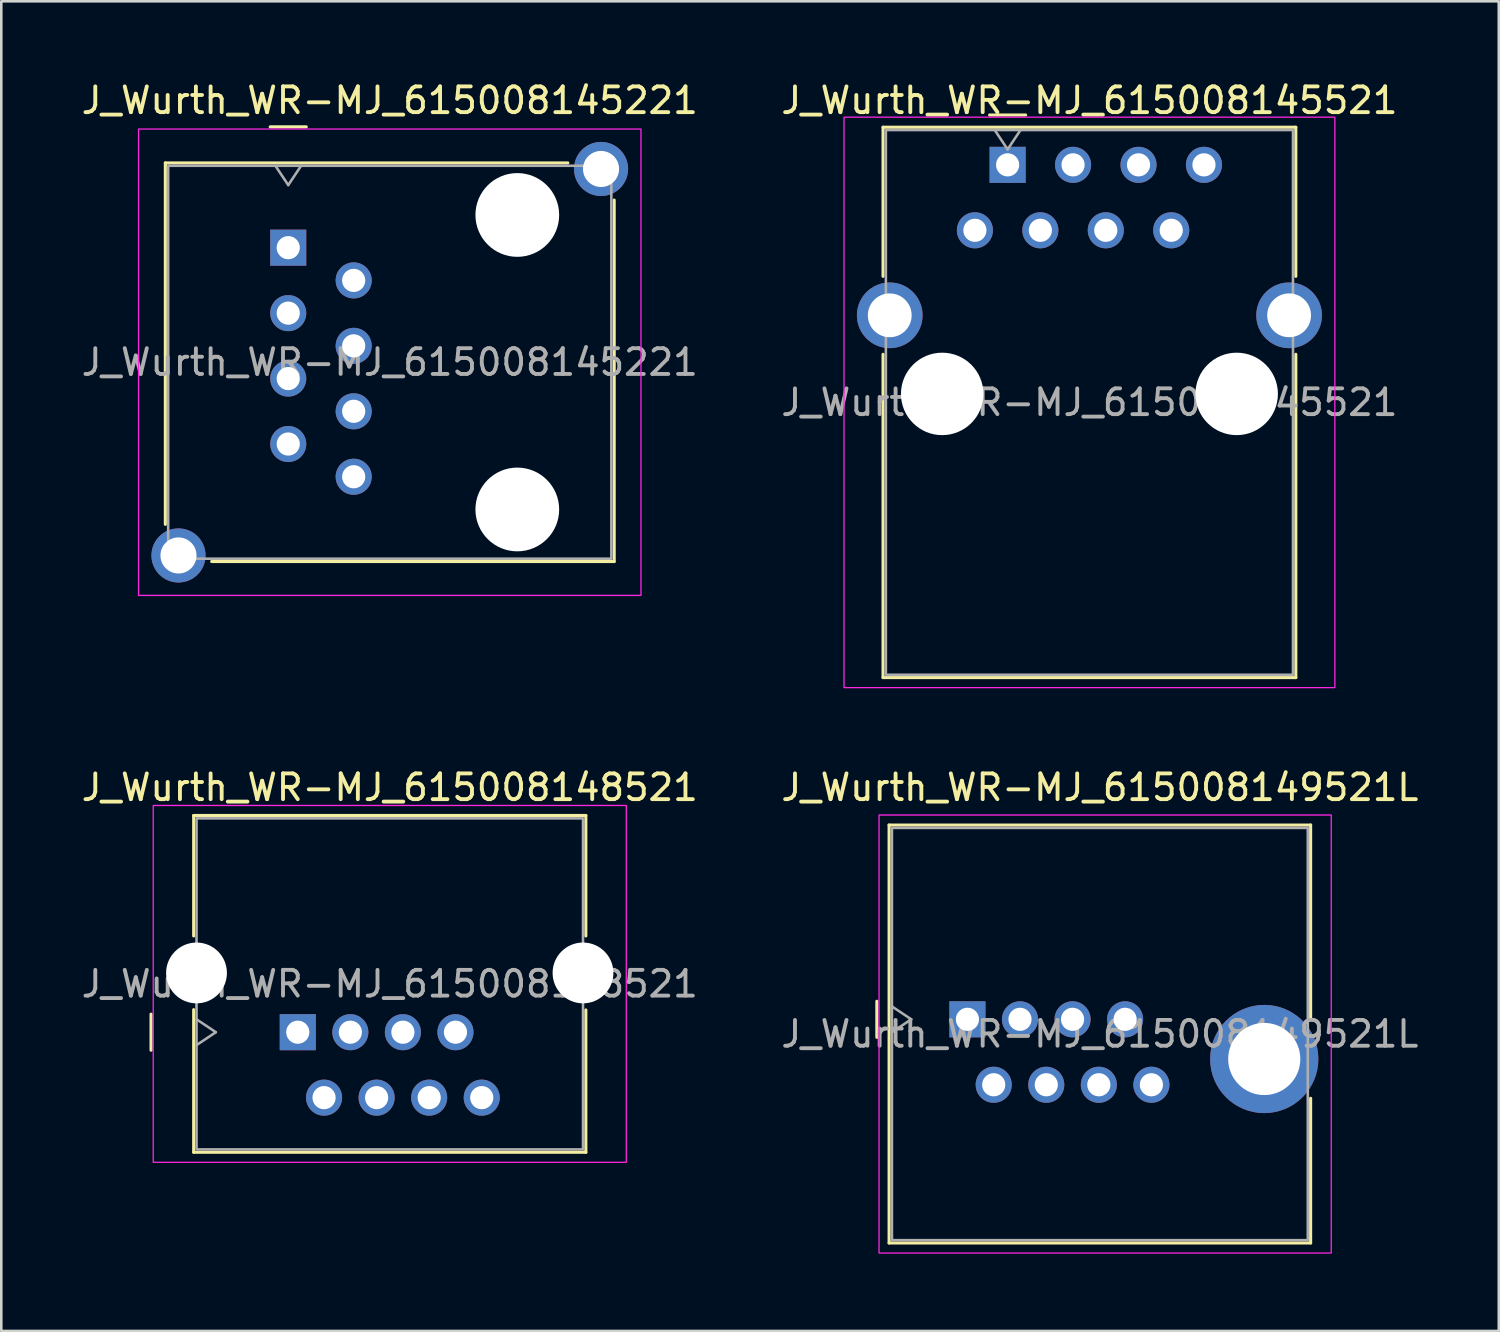
<source format=kicad_pcb>
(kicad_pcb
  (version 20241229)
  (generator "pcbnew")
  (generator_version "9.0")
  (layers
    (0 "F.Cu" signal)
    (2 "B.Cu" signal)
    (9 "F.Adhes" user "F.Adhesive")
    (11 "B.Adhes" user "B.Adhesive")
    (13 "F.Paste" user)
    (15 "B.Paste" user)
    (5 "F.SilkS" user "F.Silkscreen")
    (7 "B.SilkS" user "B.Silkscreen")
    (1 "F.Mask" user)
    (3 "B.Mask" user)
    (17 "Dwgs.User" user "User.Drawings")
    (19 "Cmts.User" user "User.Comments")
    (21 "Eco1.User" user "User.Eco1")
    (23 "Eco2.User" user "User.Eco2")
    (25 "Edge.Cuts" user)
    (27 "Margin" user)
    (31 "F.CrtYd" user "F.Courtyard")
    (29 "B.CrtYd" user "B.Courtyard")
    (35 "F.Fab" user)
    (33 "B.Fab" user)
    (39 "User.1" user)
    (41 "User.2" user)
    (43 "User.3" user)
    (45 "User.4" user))
  (footprint "J_Wurth_WR-MJ_615008149521L"
    (layer "F.Cu")
    (at 34.497 36.511)
    (property "Reference" "J_Wurth_WR-MJ_615008149521L" (at 5.14 -9 0) (unlocked yes) (layer "F.SilkS") (effects (font (size 1 1) (thickness 0.15))))
    (attr through_hole)
    (fp_line (start -3.515 -0.7) (end -3.515 0.7) (stroke (width 0.12) (type solid)) (layer "F.SilkS"))
    (fp_line (start -3.04 8.68) (end -3.04 -7.54) (stroke (width 0.12) (type solid)) (layer "F.SilkS"))
    (fp_line (start -3.04 8.68) (end 13.32 8.68) (stroke (width 0.12) (type solid)) (layer "F.SilkS"))
    (fp_line (start 13.32 -7.54) (end -3.04 -7.54) (stroke (width 0.12) (type solid)) (layer "F.SilkS"))
    (fp_line (start 13.32 0.014) (end 13.32 -7.54) (stroke (width 0.12) (type solid)) (layer "F.SilkS"))
    (fp_line (start 13.32 3.066) (end 13.32 8.68) (stroke (width 0.12) (type solid)) (layer "F.SilkS"))
    (fp_rect (start -3.43 -7.93) (end 14.12 9.07) (stroke (width 0.05) (type solid)) (fill no) (layer "F.CrtYd"))
    (fp_line (start -2.18 0) (end -2.93 -0.5) (stroke (width 0.1) (type solid)) (layer "F.Fab"))
    (fp_line (start -2.18 0) (end -2.93 0.5) (stroke (width 0.1) (type solid)) (layer "F.Fab"))
    (fp_rect (start -2.93 -7.43) (end 13.21 8.57) (stroke (width 0.1) (type solid)) (fill no) (layer "F.Fab"))
    (fp_text user "${REFERENCE}" (at 5.14 0.57 0) (unlocked yes) (layer "F.Fab") (effects (font (size 1 1) (thickness 0.15))))
    (pad "1" thru_hole rect (at 0 0 180) (size 1.4 1.4) (drill 0.9) (layers "*.Cu" "*.Mask"))
    (pad "2" thru_hole circle (at 1.02 2.54 180) (size 1.4 1.4) (drill 0.9) (layers "*.Cu" "*.Mask"))
    (pad "3" thru_hole circle (at 2.04 0 180) (size 1.4 1.4) (drill 0.9) (layers "*.Cu" "*.Mask"))
    (pad "4" thru_hole circle (at 3.06 2.54 180) (size 1.4 1.4) (drill 0.9) (layers "*.Cu" "*.Mask"))
    (pad "5" thru_hole circle (at 4.08 0 180) (size 1.4 1.4) (drill 0.9) (layers "*.Cu" "*.Mask"))
    (pad "6" thru_hole circle (at 5.1 2.54 180) (size 1.4 1.4) (drill 0.9) (layers "*.Cu" "*.Mask"))
    (pad "7" thru_hole circle (at 6.12 0 180) (size 1.4 1.4) (drill 0.9) (layers "*.Cu" "*.Mask"))
    (pad "8" thru_hole circle (at 7.14 2.54 180) (size 1.4 1.4) (drill 0.9) (layers "*.Cu" "*.Mask"))
    (pad "S1" thru_hole circle (at 11.52 1.54 180) (size 4.2 4.2) (drill 2.8) (layers "*.Cu" "*.Mask")))
  (footprint "J_Wurth_WR-MJ_615008145221"
    (layer "F.Cu")
    (at 8.137 6.563)
    (property "Reference" "J_Wurth_WR-MJ_615008145221" (at 3.94 -5.715 0) (unlocked yes) (layer "F.SilkS") (effects (font (size 1 1) (thickness 0.15))))
    (attr through_hole)
    (fp_line (start -4.77 10.738) (end -4.77 -3.29) (stroke (width 0.12) (type solid)) (layer "F.SilkS"))
    (fp_line (start -2.971 12.18) (end 12.65 12.18) (stroke (width 0.12) (type solid)) (layer "F.SilkS"))
    (fp_line (start 0.7 -4.69) (end -0.7 -4.69) (stroke (width 0.12) (type solid)) (layer "F.SilkS"))
    (fp_line (start 10.851 -3.29) (end -4.77 -3.29) (stroke (width 0.12) (type solid)) (layer "F.SilkS"))
    (fp_line (start 12.65 -1.848) (end 12.65 12.18) (stroke (width 0.12) (type solid)) (layer "F.SilkS"))
    (fp_rect (start -5.81 -4.605) (end 13.69 13.495) (stroke (width 0.05) (type solid)) (fill no) (layer "F.CrtYd"))
    (fp_line (start 0 -2.43) (end -0.5 -3.18) (stroke (width 0.1) (type solid)) (layer "F.Fab"))
    (fp_line (start 0 -2.43) (end 0.5 -3.18) (stroke (width 0.1) (type solid)) (layer "F.Fab"))
    (fp_rect (start -4.66 -3.18) (end 12.54 12.07) (stroke (width 0.1) (type solid)) (fill no) (layer "F.Fab"))
    (fp_text user "${REFERENCE}" (at 3.94 4.445 0) (unlocked yes) (layer "F.Fab") (effects (font (size 1 1) (thickness 0.15))))
    (pad "" np_thru_hole circle (at 8.89 -1.27 90) (size 3.25 3.25) (drill 3.25) (layers "*.Cu" "*.Mask"))
    (pad "" np_thru_hole circle (at 8.89 10.16 90) (size 3.25 3.25) (drill 3.25) (layers "*.Cu" "*.Mask"))
    (pad "1" thru_hole rect (at 0 0 90) (size 1.4 1.4) (drill 0.9) (layers "*.Cu" "*.Mask"))
    (pad "2" thru_hole circle (at 2.54 1.27 90) (size 1.4 1.4) (drill 0.9) (layers "*.Cu" "*.Mask"))
    (pad "3" thru_hole circle (at 0 2.54 90) (size 1.4 1.4) (drill 0.9) (layers "*.Cu" "*.Mask"))
    (pad "4" thru_hole circle (at 2.54 3.81 90) (size 1.4 1.4) (drill 0.9) (layers "*.Cu" "*.Mask"))
    (pad "5" thru_hole circle (at 0 5.08 90) (size 1.4 1.4) (drill 0.9) (layers "*.Cu" "*.Mask"))
    (pad "6" thru_hole circle (at 2.54 6.35 90) (size 1.4 1.4) (drill 0.9) (layers "*.Cu" "*.Mask"))
    (pad "7" thru_hole circle (at 0 7.62 90) (size 1.4 1.4) (drill 0.9) (layers "*.Cu" "*.Mask"))
    (pad "8" thru_hole circle (at 2.54 8.89 90) (size 1.4 1.4) (drill 0.9) (layers "*.Cu" "*.Mask"))
    (pad "SHELL" thru_hole circle (at -4.26 11.945 90) (size 2.1 2.1) (drill 1.4) (layers "*.Cu" "*.Mask"))
    (pad "SHELL1" thru_hole circle (at 12.14 -3.055 90) (size 2.1 2.1) (drill 1.4) (layers "*.Cu" "*.Mask")))
  (footprint "J_Wurth_WR-MJ_615008145521"
    (layer "F.Cu")
    (at 36.057 3.348)
    (property "Reference" "J_Wurth_WR-MJ_615008145521" (at 3.175 -2.5 0) (unlocked yes) (layer "F.SilkS") (effects (font (size 1 1) (thickness 0.15))))
    (attr through_hole)
    (fp_line (start -4.835 4.327) (end -4.835 -1.46) (stroke (width 0.12) (type solid)) (layer "F.SilkS"))
    (fp_line (start -4.835 7.353) (end -4.835 19.9) (stroke (width 0.12) (type solid)) (layer "F.SilkS"))
    (fp_line (start 0.7 -1.935) (end -0.7 -1.935) (stroke (width 0.12) (type solid)) (layer "F.SilkS"))
    (fp_line (start 11.185 -1.46) (end -4.835 -1.46) (stroke (width 0.12) (type solid)) (layer "F.SilkS"))
    (fp_line (start 11.185 4.327) (end 11.185 -1.46) (stroke (width 0.12) (type solid)) (layer "F.SilkS"))
    (fp_line (start 11.185 7.353) (end 11.185 19.9) (stroke (width 0.12) (type solid)) (layer "F.SilkS"))
    (fp_line (start 11.185 19.9) (end -4.835 19.9) (stroke (width 0.12) (type solid)) (layer "F.SilkS"))
    (fp_rect (start -6.35 -1.85) (end 12.7 20.29) (stroke (width 0.05) (type solid)) (fill no) (layer "F.CrtYd"))
    (fp_line (start 0 -0.6) (end -0.5 -1.35) (stroke (width 0.1) (type solid)) (layer "F.Fab"))
    (fp_line (start 0 -0.6) (end 0.5 -1.35) (stroke (width 0.1) (type solid)) (layer "F.Fab"))
    (fp_rect (start -4.725 -1.35) (end 11.075 19.79) (stroke (width 0.1) (type solid)) (fill no) (layer "F.Fab"))
    (fp_text user "${REFERENCE}" (at 3.175 9.22 0) (unlocked yes) (layer "F.Fab") (effects (font (size 1 1) (thickness 0.15))))
    (pad "" np_thru_hole circle (at -2.54 8.89) (size 3.2 3.2) (drill 3.2) (layers "*.Cu" "*.Mask"))
    (pad "" np_thru_hole circle (at 8.89 8.89) (size 3.2 3.2) (drill 3.2) (layers "*.Cu" "*.Mask"))
    (pad "1" thru_hole rect (at 0 0) (size 1.4 1.4) (drill 0.9) (layers "*.Cu" "*.Mask"))
    (pad "2" thru_hole circle (at -1.27 2.54) (size 1.4 1.4) (drill 0.9) (layers "*.Cu" "*.Mask"))
    (pad "3" thru_hole circle (at 1.27 2.54) (size 1.4 1.4) (drill 0.9) (layers "*.Cu" "*.Mask"))
    (pad "4" thru_hole circle (at 3.81 2.54) (size 1.4 1.4) (drill 0.9) (layers "*.Cu" "*.Mask"))
    (pad "5" thru_hole circle (at 2.54 0) (size 1.4 1.4) (drill 0.9) (layers "*.Cu" "*.Mask"))
    (pad "6" thru_hole circle (at 5.08 0) (size 1.4 1.4) (drill 0.9) (layers "*.Cu" "*.Mask"))
    (pad "7" thru_hole circle (at 7.62 0) (size 1.4 1.4) (drill 0.9) (layers "*.Cu" "*.Mask"))
    (pad "8" thru_hole circle (at 6.35 2.54) (size 1.4 1.4) (drill 0.9) (layers "*.Cu" "*.Mask"))
    (pad "S1" thru_hole circle (at -4.575 5.84) (size 2.55 2.55) (drill 1.7) (layers "*.Cu" "*.Mask"))
    (pad "S2" thru_hole circle (at 10.925 5.84) (size 2.55 2.55) (drill 1.7) (layers "*.Cu" "*.Mask")))
  (footprint "J_Wurth_WR-MJ_615008148521"
    (layer "F.Cu")
    (at 8.507 37.011)
    (property "Reference" "J_Wurth_WR-MJ_615008148521" (at 3.57 -9.5 0) (unlocked yes) (layer "F.SilkS") (effects (font (size 1 1) (thickness 0.15))))
    (attr through_hole)
    (fp_line (start -5.695 -0.7) (end -5.695 0.7) (stroke (width 0.12) (type solid)) (layer "F.SilkS"))
    (fp_line (start -4.04 -8.41) (end 11.18 -8.41) (stroke (width 0.12) (type solid)) (layer "F.SilkS"))
    (fp_line (start -4.04 -3.736) (end -4.04 -8.41) (stroke (width 0.12) (type solid)) (layer "F.SilkS"))
    (fp_line (start -4.04 -0.875) (end -4.04 4.66) (stroke (width 0.12) (type solid)) (layer "F.SilkS"))
    (fp_line (start 11.18 -3.736) (end 11.18 -8.41) (stroke (width 0.12) (type solid)) (layer "F.SilkS"))
    (fp_line (start 11.18 -0.864) (end 11.18 4.66) (stroke (width 0.12) (type solid)) (layer "F.SilkS"))
    (fp_line (start 11.18 4.66) (end -4.04 4.66) (stroke (width 0.12) (type solid)) (layer "F.SilkS"))
    (fp_rect (start -5.61 -8.8) (end 12.75 5.05) (stroke (width 0.05) (type solid)) (fill no) (layer "F.CrtYd"))
    (fp_line (start -3.18 0) (end -3.93 -0.5) (stroke (width 0.1) (type solid)) (layer "F.Fab"))
    (fp_line (start -3.18 0) (end -3.93 0.5) (stroke (width 0.1) (type solid)) (layer "F.Fab"))
    (fp_rect (start -3.93 -8.3) (end 11.07 4.55) (stroke (width 0.1) (type solid)) (fill no) (layer "F.Fab"))
    (fp_text user "${REFERENCE}" (at 3.57 -1.875 0) (unlocked yes) (layer "F.Fab") (effects (font (size 1 1) (thickness 0.15))))
    (pad "" np_thru_hole circle (at -3.93 -2.3 180) (size 2.36 2.36) (drill 2.36) (layers "*.Cu" "*.Mask"))
    (pad "" np_thru_hole circle (at 11.07 -2.3 180) (size 2.36 2.36) (drill 2.36) (layers "*.Cu" "*.Mask"))
    (pad "1" thru_hole rect (at 0 0) (size 1.4 1.4) (drill 0.9) (layers "*.Cu" "*.Mask"))
    (pad "2" thru_hole circle (at 1.02 2.54) (size 1.4 1.4) (drill 0.9) (layers "*.Cu" "*.Mask"))
    (pad "3" thru_hole circle (at 2.04 0) (size 1.4 1.4) (drill 0.9) (layers "*.Cu" "*.Mask"))
    (pad "4" thru_hole circle (at 3.06 2.54) (size 1.4 1.4) (drill 0.9) (layers "*.Cu" "*.Mask"))
    (pad "5" thru_hole circle (at 4.08 0) (size 1.4 1.4) (drill 0.9) (layers "*.Cu" "*.Mask"))
    (pad "6" thru_hole circle (at 5.1 2.54) (size 1.4 1.4) (drill 0.9) (layers "*.Cu" "*.Mask"))
    (pad "7" thru_hole circle (at 6.12 0) (size 1.4 1.4) (drill 0.9) (layers "*.Cu" "*.Mask"))
    (pad "8" thru_hole circle (at 7.14 2.54) (size 1.4 1.4) (drill 0.9) (layers "*.Cu" "*.Mask")))
  (gr_rect
    (start -3 -3)
    (end 55.119 48.606)
    (stroke (width 0.1) (type default))
    (fill no)
    (layer "Edge.Cuts")))
</source>
